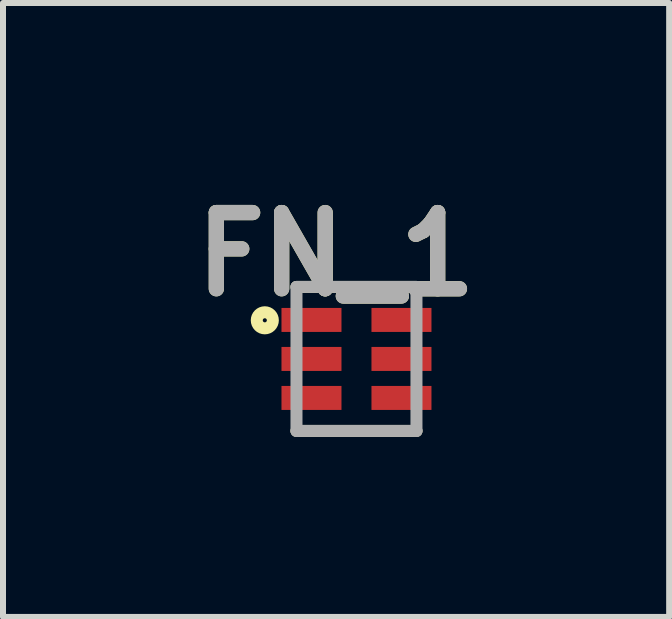
<source format=kicad_pcb>
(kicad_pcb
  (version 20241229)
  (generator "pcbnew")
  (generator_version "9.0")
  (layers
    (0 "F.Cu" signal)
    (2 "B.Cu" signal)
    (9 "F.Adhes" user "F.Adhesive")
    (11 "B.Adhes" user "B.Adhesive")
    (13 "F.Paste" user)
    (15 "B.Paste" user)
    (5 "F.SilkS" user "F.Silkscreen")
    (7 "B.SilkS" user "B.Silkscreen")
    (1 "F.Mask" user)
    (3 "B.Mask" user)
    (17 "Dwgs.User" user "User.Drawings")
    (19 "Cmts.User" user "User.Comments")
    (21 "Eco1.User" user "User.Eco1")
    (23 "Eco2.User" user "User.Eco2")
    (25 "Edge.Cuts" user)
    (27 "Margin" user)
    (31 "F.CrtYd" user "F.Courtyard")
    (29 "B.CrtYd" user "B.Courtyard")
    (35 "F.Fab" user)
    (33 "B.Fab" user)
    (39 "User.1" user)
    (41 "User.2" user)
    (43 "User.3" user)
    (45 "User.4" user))
  (footprint "FN_1"
    (layer "F.Cu")
    (at 2.892 2.933)
    (property "Reference" "FN_1" (at -0.34 -1.744 0) (layer "F.SilkS") (effects (font (size 1.27 1.27) (thickness 0.254))))
    (attr smd)
    (fp_line (start -1 1.2) (end 1 1.2) (stroke (width 0.2) (type solid)) (layer "F.SilkS"))
    (fp_line (start 1 -1.2) (end -1 -1.2) (stroke (width 0.2) (type solid)) (layer "F.SilkS"))
    (fp_circle (center -1.528 -0.644) (end -1.528 -0.61) (stroke (width 0.2) (type solid)) (fill no) (layer "F.SilkS"))
    (fp_line (start -1 -1.2) (end 1 -1.2) (stroke (width 0.2) (type solid)) (layer "F.Fab"))
    (fp_line (start -1 1.2) (end -1 -1.2) (stroke (width 0.2) (type solid)) (layer "F.Fab"))
    (fp_line (start 1 -1.2) (end 1 1.2) (stroke (width 0.2) (type solid)) (layer "F.Fab"))
    (fp_line (start 1 1.2) (end -1 1.2) (stroke (width 0.2) (type solid)) (layer "F.Fab"))
    (fp_text user "${REFERENCE}" (at -0.34 -1.744 0) (layer "F.Fab") (effects (font (size 1.27 1.27) (thickness 0.254))))
    (pad "1" smd rect (at -0.75 -0.65 90) (size 0.4 1) (layers "F.Cu" "F.Mask" "F.Paste"))
    (pad "2" smd rect (at -0.75 0 90) (size 0.4 1) (layers "F.Cu" "F.Mask" "F.Paste"))
    (pad "3" smd rect (at -0.75 0.65 90) (size 0.4 1) (layers "F.Cu" "F.Mask" "F.Paste"))
    (pad "4" smd rect (at 0.75 0.65 90) (size 0.4 1) (layers "F.Cu" "F.Mask" "F.Paste"))
    (pad "5" smd rect (at 0.75 0 90) (size 0.4 1) (layers "F.Cu" "F.Mask" "F.Paste"))
    (pad "6" smd rect (at 0.75 -0.65 90) (size 0.4 1) (layers "F.Cu" "F.Mask" "F.Paste")))
  (gr_rect
    (start -3 -3)
    (end 8.104 7.233)
    (stroke (width 0.1) (type default))
    (fill no)
    (layer "Edge.Cuts")))
</source>
